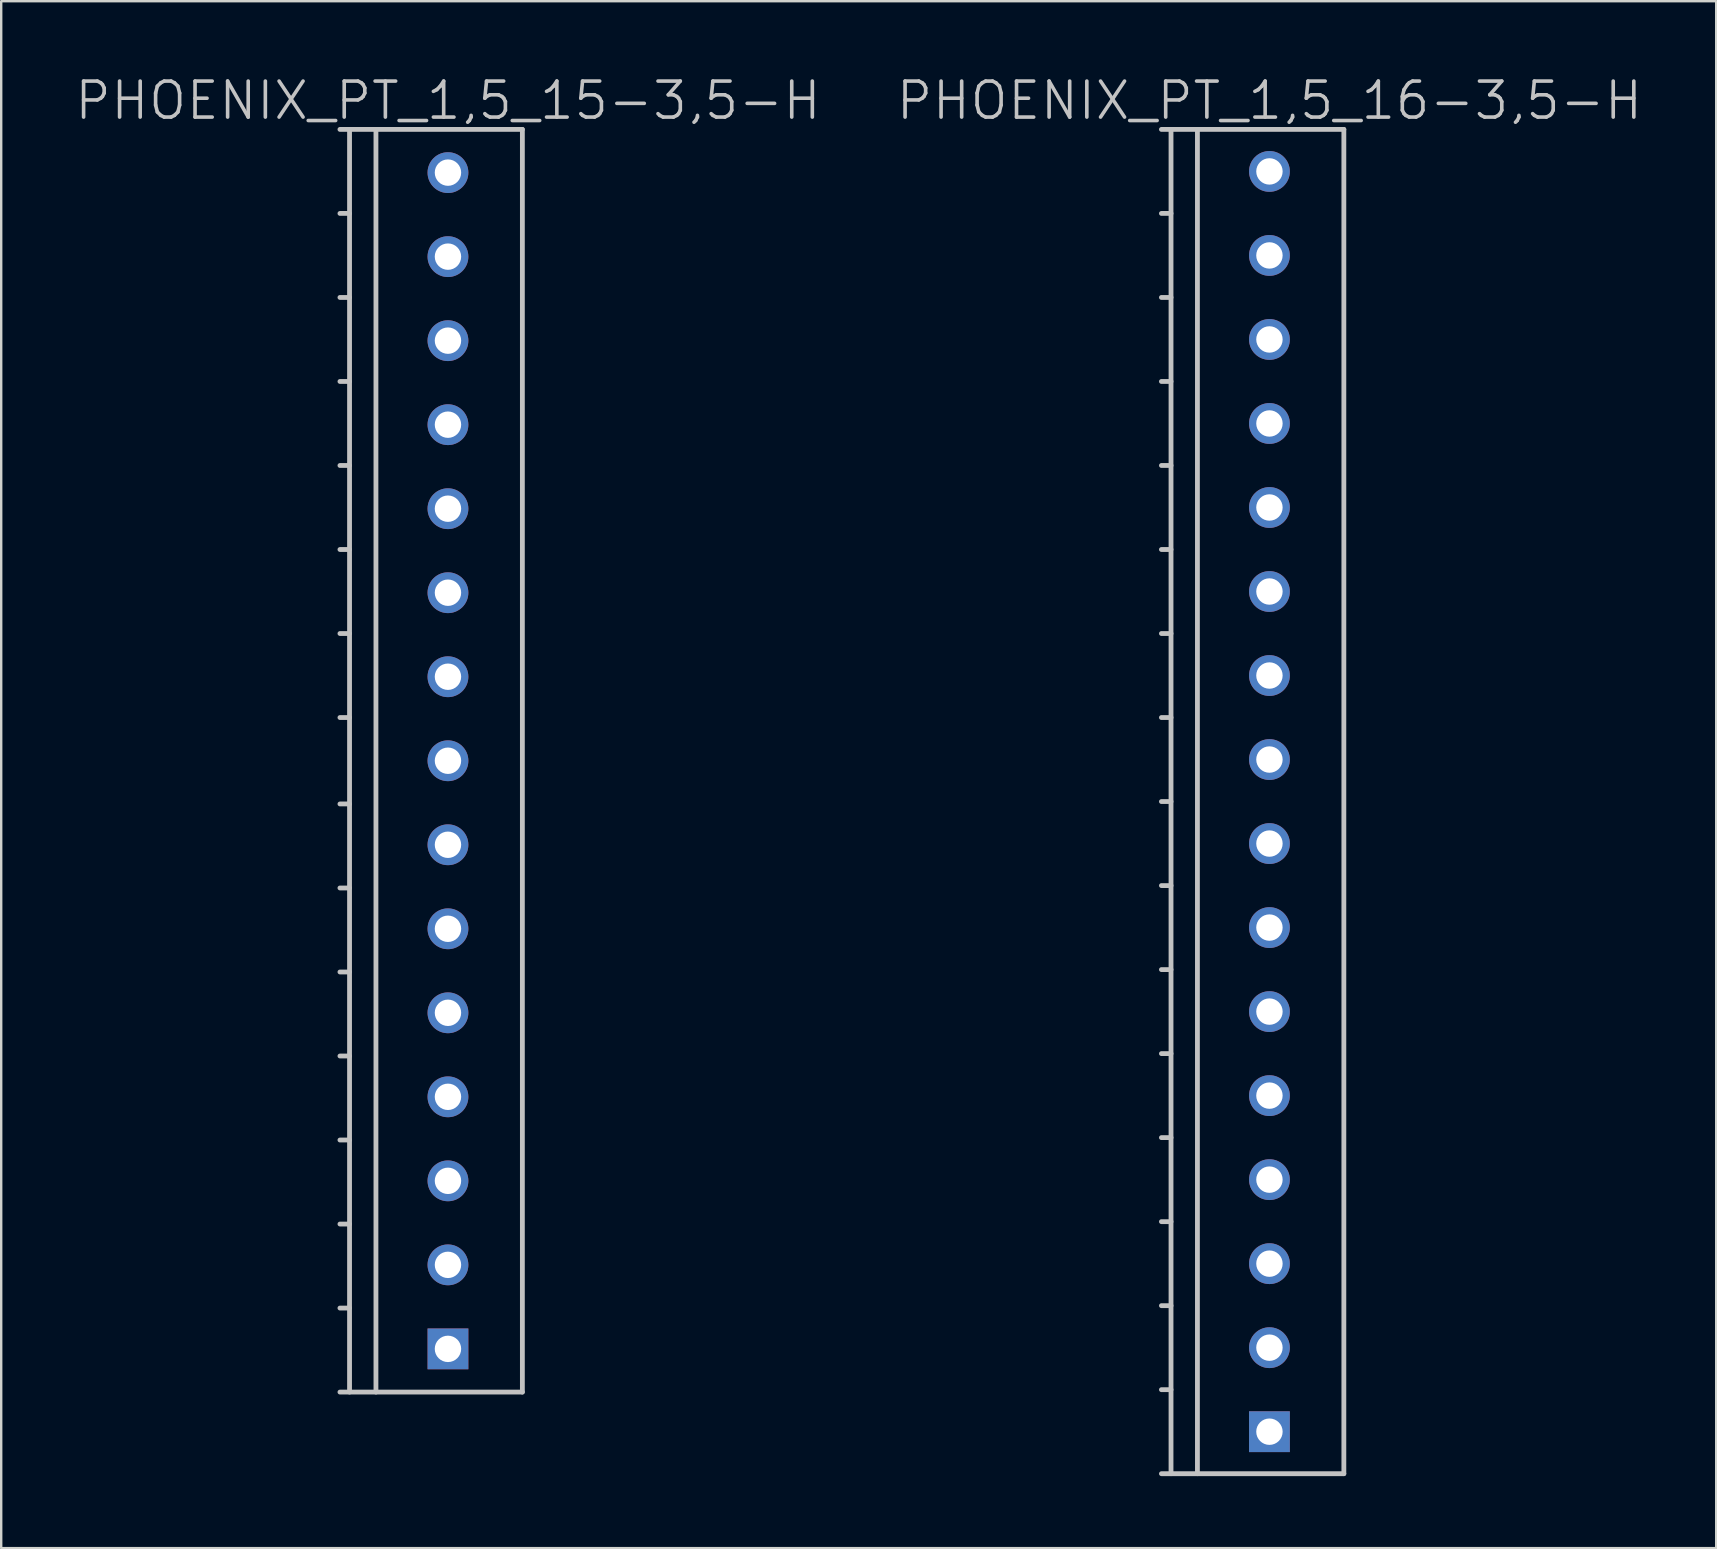
<source format=kicad_pcb>
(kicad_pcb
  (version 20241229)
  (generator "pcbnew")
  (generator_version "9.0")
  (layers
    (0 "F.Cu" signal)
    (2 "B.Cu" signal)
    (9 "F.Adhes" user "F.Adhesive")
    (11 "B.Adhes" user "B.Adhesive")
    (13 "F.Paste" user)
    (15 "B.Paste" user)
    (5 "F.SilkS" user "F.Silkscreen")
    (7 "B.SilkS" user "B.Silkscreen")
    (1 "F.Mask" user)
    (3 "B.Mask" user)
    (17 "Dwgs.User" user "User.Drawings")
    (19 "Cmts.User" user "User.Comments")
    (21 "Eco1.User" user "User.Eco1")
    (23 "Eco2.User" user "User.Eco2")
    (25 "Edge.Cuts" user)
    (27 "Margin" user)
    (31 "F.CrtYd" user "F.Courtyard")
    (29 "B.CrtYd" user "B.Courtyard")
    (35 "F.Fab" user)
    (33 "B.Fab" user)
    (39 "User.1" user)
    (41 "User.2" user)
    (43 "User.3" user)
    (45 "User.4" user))
  (footprint "PHOENIX_PT_1,5_15-3,5-H"
    (layer "F.Cu")
    (at 15.611 28.641)
    (property "Reference" "PHOENIX_PT_1,5_15-3,5-H" (at 0 -27.5 180) (layer "Dwgs.User") (effects (font (size 1.5 1.5) (thickness 0.15))))
    (attr through_hole)
    (fp_line (start -4.5 26.3) (end 3.1 26.3) (stroke (width 0.2) (type solid)) (layer "Dwgs.User"))
    (fp_line (start -4.1 -26.3) (end -4.1 26.3) (stroke (width 0.2) (type solid)) (layer "Dwgs.User"))
    (fp_line (start -4.1 -22.8) (end -4.5 -22.8) (stroke (width 0.2) (type solid)) (layer "Dwgs.User"))
    (fp_line (start -4.1 -19.3) (end -4.5 -19.3) (stroke (width 0.2) (type solid)) (layer "Dwgs.User"))
    (fp_line (start -4.1 -15.8) (end -4.5 -15.8) (stroke (width 0.2) (type solid)) (layer "Dwgs.User"))
    (fp_line (start -4.1 -12.3) (end -4.5 -12.3) (stroke (width 0.2) (type solid)) (layer "Dwgs.User"))
    (fp_line (start -4.1 -8.8) (end -4.5 -8.8) (stroke (width 0.2) (type solid)) (layer "Dwgs.User"))
    (fp_line (start -4.1 -5.3) (end -4.5 -5.3) (stroke (width 0.2) (type solid)) (layer "Dwgs.User"))
    (fp_line (start -4.1 -1.8) (end -4.5 -1.8) (stroke (width 0.2) (type solid)) (layer "Dwgs.User"))
    (fp_line (start -4.1 1.8) (end -4.5 1.8) (stroke (width 0.2) (type solid)) (layer "Dwgs.User"))
    (fp_line (start -4.1 5.3) (end -4.5 5.3) (stroke (width 0.2) (type solid)) (layer "Dwgs.User"))
    (fp_line (start -4.1 8.8) (end -4.5 8.8) (stroke (width 0.2) (type solid)) (layer "Dwgs.User"))
    (fp_line (start -4.1 12.3) (end -4.5 12.3) (stroke (width 0.2) (type solid)) (layer "Dwgs.User"))
    (fp_line (start -4.1 15.8) (end -4.5 15.8) (stroke (width 0.2) (type solid)) (layer "Dwgs.User"))
    (fp_line (start -4.1 19.3) (end -4.5 19.3) (stroke (width 0.2) (type solid)) (layer "Dwgs.User"))
    (fp_line (start -4.1 22.8) (end -4.5 22.8) (stroke (width 0.2) (type solid)) (layer "Dwgs.User"))
    (fp_line (start -3 -26.3) (end -3 26.3) (stroke (width 0.2) (type solid)) (layer "Dwgs.User"))
    (fp_line (start 3.1 -26.3) (end -4.5 -26.3) (stroke (width 0.2) (type solid)) (layer "Dwgs.User"))
    (fp_line (start 3.1 26.3) (end 3.1 -26.3) (stroke (width 0.2) (type solid)) (layer "Dwgs.User"))
    (pad "1" thru_hole rect (at 0 24.5) (size 1.7 1.7) (drill 1.1) (layers "*.Cu" "*.Mask"))
    (pad "2" thru_hole circle (at 0 21 270) (size 1.7 1.7) (drill 1.1) (layers "*.Cu" "*.Mask"))
    (pad "3" thru_hole circle (at 0 17.5 270) (size 1.7 1.7) (drill 1.1) (layers "*.Cu" "*.Mask"))
    (pad "4" thru_hole circle (at 0 14 270) (size 1.7 1.7) (drill 1.1) (layers "*.Cu" "*.Mask"))
    (pad "5" thru_hole circle (at 0 10.5 270) (size 1.7 1.7) (drill 1.1) (layers "*.Cu" "*.Mask"))
    (pad "6" thru_hole circle (at 0 7 270) (size 1.7 1.7) (drill 1.1) (layers "*.Cu" "*.Mask"))
    (pad "7" thru_hole circle (at 0 3.5 270) (size 1.7 1.7) (drill 1.1) (layers "*.Cu" "*.Mask"))
    (pad "8" thru_hole circle (at 0 0 270) (size 1.7 1.7) (drill 1.1) (layers "*.Cu" "*.Mask"))
    (pad "9" thru_hole circle (at 0 -3.5 270) (size 1.7 1.7) (drill 1.1) (layers "*.Cu" "*.Mask"))
    (pad "10" thru_hole circle (at 0 -7 270) (size 1.7 1.7) (drill 1.1) (layers "*.Cu" "*.Mask"))
    (pad "11" thru_hole circle (at 0 -10.5 270) (size 1.7 1.7) (drill 1.1) (layers "*.Cu" "*.Mask"))
    (pad "12" thru_hole circle (at 0 -14 270) (size 1.7 1.7) (drill 1.1) (layers "*.Cu" "*.Mask"))
    (pad "13" thru_hole circle (at 0 -17.5 270) (size 1.7 1.7) (drill 1.1) (layers "*.Cu" "*.Mask"))
    (pad "14" thru_hole circle (at 0 -21 270) (size 1.7 1.7) (drill 1.1) (layers "*.Cu" "*.Mask"))
    (pad "15" thru_hole circle (at 0 -24.5 270) (size 1.7 1.7) (drill 1.1) (layers "*.Cu" "*.Mask")))
  (footprint "PHOENIX_PT_1,5_16-3,5-H"
    (layer "F.Cu")
    (at 49.832 30.341)
    (property "Reference" "PHOENIX_PT_1,5_16-3,5-H" (at 0 -29.2 180) (layer "Dwgs.User") (effects (font (size 1.5 1.5) (thickness 0.15))))
    (attr through_hole)
    (fp_line (start -4.5 28) (end 3.1 28) (stroke (width 0.2) (type solid)) (layer "Dwgs.User"))
    (fp_line (start -4.1 -28) (end -4.1 28) (stroke (width 0.2) (type solid)) (layer "Dwgs.User"))
    (fp_line (start -4.1 -24.5) (end -4.5 -24.5) (stroke (width 0.2) (type solid)) (layer "Dwgs.User"))
    (fp_line (start -4.1 -21) (end -4.5 -21) (stroke (width 0.2) (type solid)) (layer "Dwgs.User"))
    (fp_line (start -4.1 -17.5) (end -4.5 -17.5) (stroke (width 0.2) (type solid)) (layer "Dwgs.User"))
    (fp_line (start -4.1 -14) (end -4.5 -14) (stroke (width 0.2) (type solid)) (layer "Dwgs.User"))
    (fp_line (start -4.1 -10.5) (end -4.5 -10.5) (stroke (width 0.2) (type solid)) (layer "Dwgs.User"))
    (fp_line (start -4.1 -7) (end -4.5 -7) (stroke (width 0.2) (type solid)) (layer "Dwgs.User"))
    (fp_line (start -4.1 -3.5) (end -4.5 -3.5) (stroke (width 0.2) (type solid)) (layer "Dwgs.User"))
    (fp_line (start -4.1 0) (end -4.5 0) (stroke (width 0.2) (type solid)) (layer "Dwgs.User"))
    (fp_line (start -4.1 3.5) (end -4.5 3.5) (stroke (width 0.2) (type solid)) (layer "Dwgs.User"))
    (fp_line (start -4.1 7) (end -4.5 7) (stroke (width 0.2) (type solid)) (layer "Dwgs.User"))
    (fp_line (start -4.1 10.5) (end -4.5 10.5) (stroke (width 0.2) (type solid)) (layer "Dwgs.User"))
    (fp_line (start -4.1 14) (end -4.5 14) (stroke (width 0.2) (type solid)) (layer "Dwgs.User"))
    (fp_line (start -4.1 17.5) (end -4.5 17.5) (stroke (width 0.2) (type solid)) (layer "Dwgs.User"))
    (fp_line (start -4.1 21) (end -4.5 21) (stroke (width 0.2) (type solid)) (layer "Dwgs.User"))
    (fp_line (start -4.1 24.5) (end -4.5 24.5) (stroke (width 0.2) (type solid)) (layer "Dwgs.User"))
    (fp_line (start -3 -28) (end -3 28) (stroke (width 0.2) (type solid)) (layer "Dwgs.User"))
    (fp_line (start 3.1 -28) (end -4.5 -28) (stroke (width 0.2) (type solid)) (layer "Dwgs.User"))
    (fp_line (start 3.1 28) (end 3.1 -28) (stroke (width 0.2) (type solid)) (layer "Dwgs.User"))
    (pad "1" thru_hole rect (at 0 26.25) (size 1.7 1.7) (drill 1.1) (layers "*.Cu" "*.Mask"))
    (pad "2" thru_hole circle (at 0 22.75 270) (size 1.7 1.7) (drill 1.1) (layers "*.Cu" "*.Mask"))
    (pad "3" thru_hole circle (at 0 19.25 270) (size 1.7 1.7) (drill 1.1) (layers "*.Cu" "*.Mask"))
    (pad "4" thru_hole circle (at 0 15.75 270) (size 1.7 1.7) (drill 1.1) (layers "*.Cu" "*.Mask"))
    (pad "5" thru_hole circle (at 0 12.25 270) (size 1.7 1.7) (drill 1.1) (layers "*.Cu" "*.Mask"))
    (pad "6" thru_hole circle (at 0 8.75 270) (size 1.7 1.7) (drill 1.1) (layers "*.Cu" "*.Mask"))
    (pad "7" thru_hole circle (at 0 5.25 270) (size 1.7 1.7) (drill 1.1) (layers "*.Cu" "*.Mask"))
    (pad "8" thru_hole circle (at 0 1.75 270) (size 1.7 1.7) (drill 1.1) (layers "*.Cu" "*.Mask"))
    (pad "9" thru_hole circle (at 0 -1.75 270) (size 1.7 1.7) (drill 1.1) (layers "*.Cu" "*.Mask"))
    (pad "10" thru_hole circle (at 0 -5.25 270) (size 1.7 1.7) (drill 1.1) (layers "*.Cu" "*.Mask"))
    (pad "11" thru_hole circle (at 0 -8.75 270) (size 1.7 1.7) (drill 1.1) (layers "*.Cu" "*.Mask"))
    (pad "12" thru_hole circle (at 0 -12.25 270) (size 1.7 1.7) (drill 1.1) (layers "*.Cu" "*.Mask"))
    (pad "13" thru_hole circle (at 0 -15.75 270) (size 1.7 1.7) (drill 1.1) (layers "*.Cu" "*.Mask"))
    (pad "14" thru_hole circle (at 0 -19.25 270) (size 1.7 1.7) (drill 1.1) (layers "*.Cu" "*.Mask"))
    (pad "15" thru_hole circle (at 0 -22.75 270) (size 1.7 1.7) (drill 1.1) (layers "*.Cu" "*.Mask"))
    (pad "16" thru_hole circle (at 0 -26.25 270) (size 1.7 1.7) (drill 1.1) (layers "*.Cu" "*.Mask")))
  (gr_rect
    (start -3 -3)
    (end 68.443 61.441)
    (stroke (width 0.1) (type default))
    (fill no)
    (layer "Edge.Cuts")))
</source>
